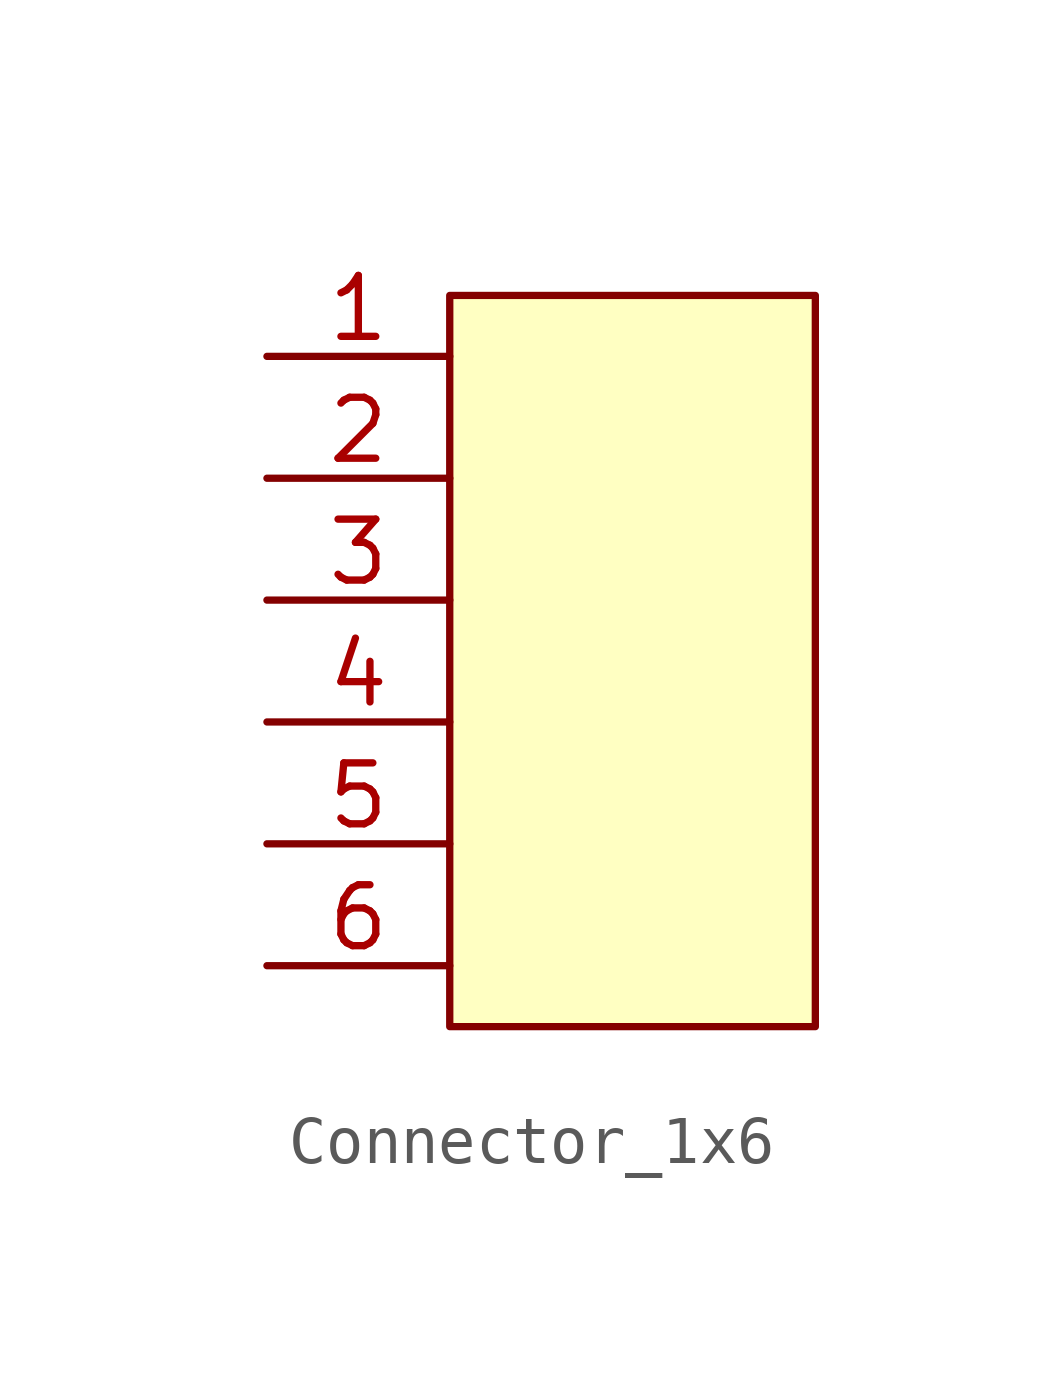
<source format=kicad_sym>
(kicad_symbol_lib
  (version 20211014)
  (generator kicad_symbol_editor)
  (symbol "Connector_1x6"
    (pin_names
      (offset 1.016) hide)
    (property "Reference" "J"
      (at 3.81 5.08 0)
      (effects (font (size 1.27 1.27)) hide))
    (symbol "Connector_1x6_1_1"
      (rectangle (start 0 0) (end 7.62 -15.24) (stroke (width 0) (type default) (color 0 0 0 0)) (fill (type background)))
      (pin passive line (at -3.81 -1.27 0) (length 3.81) (name "Pin_1" (effects (font (size 1.27 1.27)))) (number "1" (effects (font (size 1.27 1.27)))))
      (pin passive line (at -3.81 -3.81 0) (length 3.81) (name "Pin_2" (effects (font (size 1.27 1.27)))) (number "2" (effects (font (size 1.27 1.27)))))
      (pin passive line (at -3.81 -6.35 0) (length 3.81) (name "Pin_3" (effects (font (size 1.27 1.27)))) (number "3" (effects (font (size 1.27 1.27)))))
      (pin passive line (at -3.81 -8.89 0) (length 3.81) (name "Pin_4" (effects (font (size 1.27 1.27)))) (number "4" (effects (font (size 1.27 1.27)))))
      (pin passive line (at -3.81 -11.43 0) (length 3.81) (name "5" (effects (font (size 1.27 1.27)))) (number "5" (effects (font (size 1.27 1.27)))))
      (pin passive line (at -3.81 -13.97 0) (length 3.81) (name "6" (effects (font (size 1.27 1.27)))) (number "6" (effects (font (size 1.27 1.27))))))))
</source>
